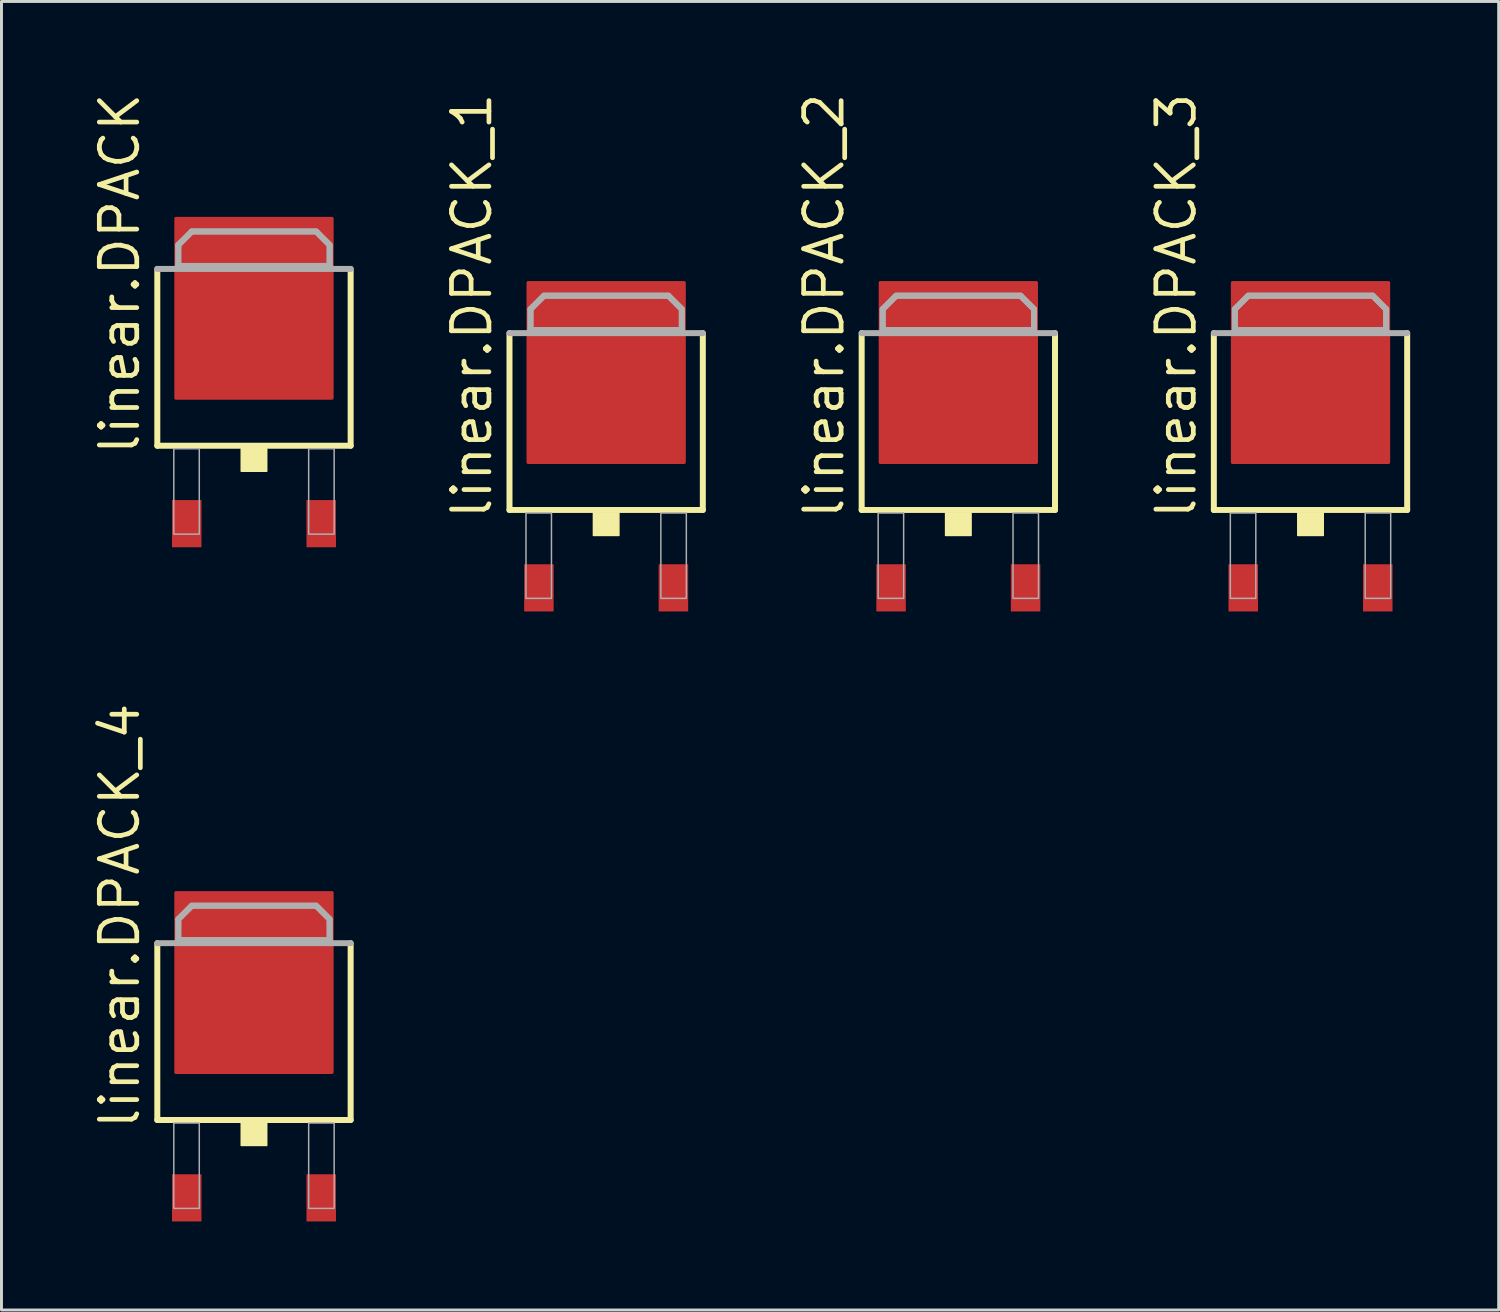
<source format=kicad_pcb>
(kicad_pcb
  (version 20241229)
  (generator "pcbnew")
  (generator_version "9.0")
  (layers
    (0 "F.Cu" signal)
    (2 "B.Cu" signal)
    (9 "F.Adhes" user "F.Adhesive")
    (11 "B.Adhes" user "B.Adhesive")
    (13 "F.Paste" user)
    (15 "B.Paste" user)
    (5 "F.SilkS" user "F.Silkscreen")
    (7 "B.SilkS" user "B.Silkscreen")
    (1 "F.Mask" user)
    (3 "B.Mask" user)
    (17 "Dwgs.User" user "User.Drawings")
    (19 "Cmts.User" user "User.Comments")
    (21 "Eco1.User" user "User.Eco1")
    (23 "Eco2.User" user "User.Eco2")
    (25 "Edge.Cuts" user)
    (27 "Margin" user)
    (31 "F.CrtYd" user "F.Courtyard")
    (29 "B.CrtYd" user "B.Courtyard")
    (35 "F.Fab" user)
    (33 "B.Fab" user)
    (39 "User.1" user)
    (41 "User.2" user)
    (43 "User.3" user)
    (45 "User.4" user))
  (footprint "linear.DPACK_1"
    (layer "F.Cu")
    (at 17.499 12.079)
    (property "Reference" "linear.DPACK_1" (at -3.81 2.54 90) (layer "F.SilkS") (effects (font (size 1.27 1.27) (thickness 0.16)) (justify left bottom)))
    (attr smd)
    (fp_line (start -3.277 2.159) (end -3.277 -3.835) (stroke (width 0.203) (type default)) (layer "F.SilkS"))
    (fp_line (start 3.277 -3.835) (end 3.277 2.159) (stroke (width 0.203) (type default)) (layer "F.SilkS"))
    (fp_line (start 3.277 2.159) (end -3.277 2.159) (stroke (width 0.203) (type default)) (layer "F.SilkS"))
    (fp_rect (start -0.432 3.023) (end 0.432 2.261) (stroke (width 0.05) (type default)) (fill yes) (layer "F.SilkS"))
    (fp_line (start -3.277 -3.835) (end 3.277 -3.835) (stroke (width 0.203) (type default)) (layer "F.Fab"))
    (fp_line (start -2.565 -4.648) (end -2.108 -5.105) (stroke (width 0.203) (type default)) (layer "F.Fab"))
    (fp_line (start -2.565 -3.937) (end -2.565 -4.648) (stroke (width 0.203) (type default)) (layer "F.Fab"))
    (fp_line (start -2.108 -5.105) (end 2.108 -5.105) (stroke (width 0.203) (type default)) (layer "F.Fab"))
    (fp_line (start 2.108 -5.105) (end 2.565 -4.648) (stroke (width 0.203) (type default)) (layer "F.Fab"))
    (fp_line (start 2.565 -4.648) (end 2.565 -3.937) (stroke (width 0.203) (type default)) (layer "F.Fab"))
    (fp_line (start 2.565 -3.937) (end -2.565 -3.937) (stroke (width 0.203) (type default)) (layer "F.Fab"))
    (fp_rect (start -2.718 5.156) (end -1.854 2.261) (stroke (width 0.05) (type default)) (fill no) (layer "F.Fab"))
    (fp_rect (start 1.854 5.156) (end 2.718 2.261) (stroke (width 0.05) (type default)) (fill no) (layer "F.Fab"))
    (fp_poly (pts (xy -2.565 -3.937) (xy -2.565 -4.648) (xy -2.108 -5.105) (xy 2.108 -5.105) (xy 2.565 -4.648) (xy 2.565 -3.937)) (stroke (width 0.2) (type default)) (fill no) (layer "F.Fab"))
    (pad "B" smd roundrect (at -2.28 4.8) (size 1 1.6) (layers "F.Cu" "F.Mask" "F.Paste") (roundrect_rratio 0.01))
    (pad "C" smd roundrect (at 0 -2.5) (size 5.4 6.2) (layers "F.Cu" "F.Mask" "F.Paste") (roundrect_rratio 0.01))
    (pad "E" smd roundrect (at 2.28 4.8) (size 1 1.6) (layers "F.Cu" "F.Mask" "F.Paste") (roundrect_rratio 0.01)))
  (footprint "linear.DPACK_2"
    (layer "F.Cu")
    (at 29.438 12.079)
    (property "Reference" "linear.DPACK_2" (at -3.81 2.54 90) (layer "F.SilkS") (effects (font (size 1.27 1.27) (thickness 0.16)) (justify left bottom)))
    (attr smd)
    (fp_line (start -3.277 2.159) (end -3.277 -3.835) (stroke (width 0.203) (type default)) (layer "F.SilkS"))
    (fp_line (start 3.277 -3.835) (end 3.277 2.159) (stroke (width 0.203) (type default)) (layer "F.SilkS"))
    (fp_line (start 3.277 2.159) (end -3.277 2.159) (stroke (width 0.203) (type default)) (layer "F.SilkS"))
    (fp_rect (start -0.432 3.023) (end 0.432 2.261) (stroke (width 0.05) (type default)) (fill yes) (layer "F.SilkS"))
    (fp_line (start -3.277 -3.835) (end 3.277 -3.835) (stroke (width 0.203) (type default)) (layer "F.Fab"))
    (fp_line (start -2.565 -4.648) (end -2.108 -5.105) (stroke (width 0.203) (type default)) (layer "F.Fab"))
    (fp_line (start -2.565 -3.937) (end -2.565 -4.648) (stroke (width 0.203) (type default)) (layer "F.Fab"))
    (fp_line (start -2.108 -5.105) (end 2.108 -5.105) (stroke (width 0.203) (type default)) (layer "F.Fab"))
    (fp_line (start 2.108 -5.105) (end 2.565 -4.648) (stroke (width 0.203) (type default)) (layer "F.Fab"))
    (fp_line (start 2.565 -4.648) (end 2.565 -3.937) (stroke (width 0.203) (type default)) (layer "F.Fab"))
    (fp_line (start 2.565 -3.937) (end -2.565 -3.937) (stroke (width 0.203) (type default)) (layer "F.Fab"))
    (fp_rect (start -2.718 5.156) (end -1.854 2.261) (stroke (width 0.05) (type default)) (fill no) (layer "F.Fab"))
    (fp_rect (start 1.854 5.156) (end 2.718 2.261) (stroke (width 0.05) (type default)) (fill no) (layer "F.Fab"))
    (fp_poly (pts (xy -2.565 -3.937) (xy -2.565 -4.648) (xy -2.108 -5.105) (xy 2.108 -5.105) (xy 2.565 -4.648) (xy 2.565 -3.937)) (stroke (width 0.2) (type default)) (fill no) (layer "F.Fab"))
    (pad "D" smd roundrect (at 0 -2.5) (size 5.4 6.2) (layers "F.Cu" "F.Mask" "F.Paste") (roundrect_rratio 0.01))
    (pad "G" smd roundrect (at -2.28 4.8) (size 1 1.6) (layers "F.Cu" "F.Mask" "F.Paste") (roundrect_rratio 0.01))
    (pad "S" smd roundrect (at 2.28 4.8) (size 1 1.6) (layers "F.Cu" "F.Mask" "F.Paste") (roundrect_rratio 0.01)))
  (footprint "linear.DPACK"
    (layer "F.Cu")
    (at 5.56 9.902)
    (property "Reference" "linear.DPACK" (at -3.81 2.54 90) (layer "F.SilkS") (effects (font (size 1.27 1.27) (thickness 0.16)) (justify left bottom)))
    (attr smd)
    (fp_line (start -3.277 2.159) (end -3.277 -3.835) (stroke (width 0.203) (type default)) (layer "F.SilkS"))
    (fp_line (start 3.277 -3.835) (end 3.277 2.159) (stroke (width 0.203) (type default)) (layer "F.SilkS"))
    (fp_line (start 3.277 2.159) (end -3.277 2.159) (stroke (width 0.203) (type default)) (layer "F.SilkS"))
    (fp_rect (start -0.432 3.023) (end 0.432 2.261) (stroke (width 0.05) (type default)) (fill yes) (layer "F.SilkS"))
    (fp_line (start -3.277 -3.835) (end 3.277 -3.835) (stroke (width 0.203) (type default)) (layer "F.Fab"))
    (fp_line (start -2.565 -4.648) (end -2.108 -5.105) (stroke (width 0.203) (type default)) (layer "F.Fab"))
    (fp_line (start -2.565 -3.937) (end -2.565 -4.648) (stroke (width 0.203) (type default)) (layer "F.Fab"))
    (fp_line (start -2.108 -5.105) (end 2.108 -5.105) (stroke (width 0.203) (type default)) (layer "F.Fab"))
    (fp_line (start 2.108 -5.105) (end 2.565 -4.648) (stroke (width 0.203) (type default)) (layer "F.Fab"))
    (fp_line (start 2.565 -4.648) (end 2.565 -3.937) (stroke (width 0.203) (type default)) (layer "F.Fab"))
    (fp_line (start 2.565 -3.937) (end -2.565 -3.937) (stroke (width 0.203) (type default)) (layer "F.Fab"))
    (fp_rect (start -2.718 5.156) (end -1.854 2.261) (stroke (width 0.05) (type default)) (fill no) (layer "F.Fab"))
    (fp_rect (start 1.854 5.156) (end 2.718 2.261) (stroke (width 0.05) (type default)) (fill no) (layer "F.Fab"))
    (fp_poly (pts (xy -2.565 -3.937) (xy -2.565 -4.648) (xy -2.108 -5.105) (xy 2.108 -5.105) (xy 2.565 -4.648) (xy 2.565 -3.937)) (stroke (width 0.2) (type default)) (fill no) (layer "F.Fab"))
    (pad "1" smd roundrect (at -2.28 4.8) (size 1 1.6) (layers "F.Cu" "F.Mask" "F.Paste") (roundrect_rratio 0.01))
    (pad "2" smd roundrect (at 0 -2.5) (size 5.4 6.2) (layers "F.Cu" "F.Mask" "F.Paste") (roundrect_rratio 0.01))
    (pad "3" smd roundrect (at 2.28 4.8) (size 1 1.6) (layers "F.Cu" "F.Mask" "F.Paste") (roundrect_rratio 0.01)))
  (footprint "linear.DPACK_3"
    (layer "F.Cu")
    (at 41.377 12.079)
    (property "Reference" "linear.DPACK_3" (at -3.81 2.54 90) (layer "F.SilkS") (effects (font (size 1.27 1.27) (thickness 0.16)) (justify left bottom)))
    (attr smd)
    (fp_line (start -3.277 2.159) (end -3.277 -3.835) (stroke (width 0.203) (type default)) (layer "F.SilkS"))
    (fp_line (start 3.277 -3.835) (end 3.277 2.159) (stroke (width 0.203) (type default)) (layer "F.SilkS"))
    (fp_line (start 3.277 2.159) (end -3.277 2.159) (stroke (width 0.203) (type default)) (layer "F.SilkS"))
    (fp_rect (start -0.432 3.023) (end 0.432 2.261) (stroke (width 0.05) (type default)) (fill yes) (layer "F.SilkS"))
    (fp_line (start -3.277 -3.835) (end 3.277 -3.835) (stroke (width 0.203) (type default)) (layer "F.Fab"))
    (fp_line (start -2.565 -4.648) (end -2.108 -5.105) (stroke (width 0.203) (type default)) (layer "F.Fab"))
    (fp_line (start -2.565 -3.937) (end -2.565 -4.648) (stroke (width 0.203) (type default)) (layer "F.Fab"))
    (fp_line (start -2.108 -5.105) (end 2.108 -5.105) (stroke (width 0.203) (type default)) (layer "F.Fab"))
    (fp_line (start 2.108 -5.105) (end 2.565 -4.648) (stroke (width 0.203) (type default)) (layer "F.Fab"))
    (fp_line (start 2.565 -4.648) (end 2.565 -3.937) (stroke (width 0.203) (type default)) (layer "F.Fab"))
    (fp_line (start 2.565 -3.937) (end -2.565 -3.937) (stroke (width 0.203) (type default)) (layer "F.Fab"))
    (fp_rect (start -2.718 5.156) (end -1.854 2.261) (stroke (width 0.05) (type default)) (fill no) (layer "F.Fab"))
    (fp_rect (start 1.854 5.156) (end 2.718 2.261) (stroke (width 0.05) (type default)) (fill no) (layer "F.Fab"))
    (fp_poly (pts (xy -2.565 -3.937) (xy -2.565 -4.648) (xy -2.108 -5.105) (xy 2.108 -5.105) (xy 2.565 -4.648) (xy 2.565 -3.937)) (stroke (width 0.2) (type default)) (fill no) (layer "F.Fab"))
    (pad "1" smd roundrect (at -2.28 4.8) (size 1 1.6) (layers "F.Cu" "F.Mask" "F.Paste") (roundrect_rratio 0.01))
    (pad "3" smd roundrect (at 2.28 4.8) (size 1 1.6) (layers "F.Cu" "F.Mask" "F.Paste") (roundrect_rratio 0.01))
    (pad "4" smd roundrect (at 0 -2.5) (size 5.4 6.2) (layers "F.Cu" "F.Mask" "F.Paste") (roundrect_rratio 0.01)))
  (footprint "linear.DPACK_4"
    (layer "F.Cu")
    (at 5.56 32.759)
    (property "Reference" "linear.DPACK_4" (at -3.81 2.54 90) (layer "F.SilkS") (effects (font (size 1.27 1.27) (thickness 0.16)) (justify left bottom)))
    (attr smd)
    (fp_line (start -3.277 2.159) (end -3.277 -3.835) (stroke (width 0.203) (type default)) (layer "F.SilkS"))
    (fp_line (start 3.277 -3.835) (end 3.277 2.159) (stroke (width 0.203) (type default)) (layer "F.SilkS"))
    (fp_line (start 3.277 2.159) (end -3.277 2.159) (stroke (width 0.203) (type default)) (layer "F.SilkS"))
    (fp_rect (start -0.432 3.023) (end 0.432 2.261) (stroke (width 0.05) (type default)) (fill yes) (layer "F.SilkS"))
    (fp_line (start -3.277 -3.835) (end 3.277 -3.835) (stroke (width 0.203) (type default)) (layer "F.Fab"))
    (fp_line (start -2.565 -4.648) (end -2.108 -5.105) (stroke (width 0.203) (type default)) (layer "F.Fab"))
    (fp_line (start -2.565 -3.937) (end -2.565 -4.648) (stroke (width 0.203) (type default)) (layer "F.Fab"))
    (fp_line (start -2.108 -5.105) (end 2.108 -5.105) (stroke (width 0.203) (type default)) (layer "F.Fab"))
    (fp_line (start 2.108 -5.105) (end 2.565 -4.648) (stroke (width 0.203) (type default)) (layer "F.Fab"))
    (fp_line (start 2.565 -4.648) (end 2.565 -3.937) (stroke (width 0.203) (type default)) (layer "F.Fab"))
    (fp_line (start 2.565 -3.937) (end -2.565 -3.937) (stroke (width 0.203) (type default)) (layer "F.Fab"))
    (fp_rect (start -2.718 5.156) (end -1.854 2.261) (stroke (width 0.05) (type default)) (fill no) (layer "F.Fab"))
    (fp_rect (start 1.854 5.156) (end 2.718 2.261) (stroke (width 0.05) (type default)) (fill no) (layer "F.Fab"))
    (fp_poly (pts (xy -2.565 -3.937) (xy -2.565 -4.648) (xy -2.108 -5.105) (xy 2.108 -5.105) (xy 2.565 -4.648) (xy 2.565 -3.937)) (stroke (width 0.2) (type default)) (fill no) (layer "F.Fab"))
    (pad "A" smd roundrect (at 0 -2.5) (size 5.4 6.2) (layers "F.Cu" "F.Mask" "F.Paste") (roundrect_rratio 0.01))
    (pad "C" smd roundrect (at -2.28 4.8) (size 1 1.6) (layers "F.Cu" "F.Mask" "F.Paste") (roundrect_rratio 0.01))
    (pad "G" smd roundrect (at 2.28 4.8) (size 1 1.6) (layers "F.Cu" "F.Mask" "F.Paste") (roundrect_rratio 0.01)))
  (gr_rect
    (start -3 -3)
    (end 47.756 41.359)
    (stroke (width 0.1) (type default))
    (fill no)
    (layer "Edge.Cuts")))
</source>
